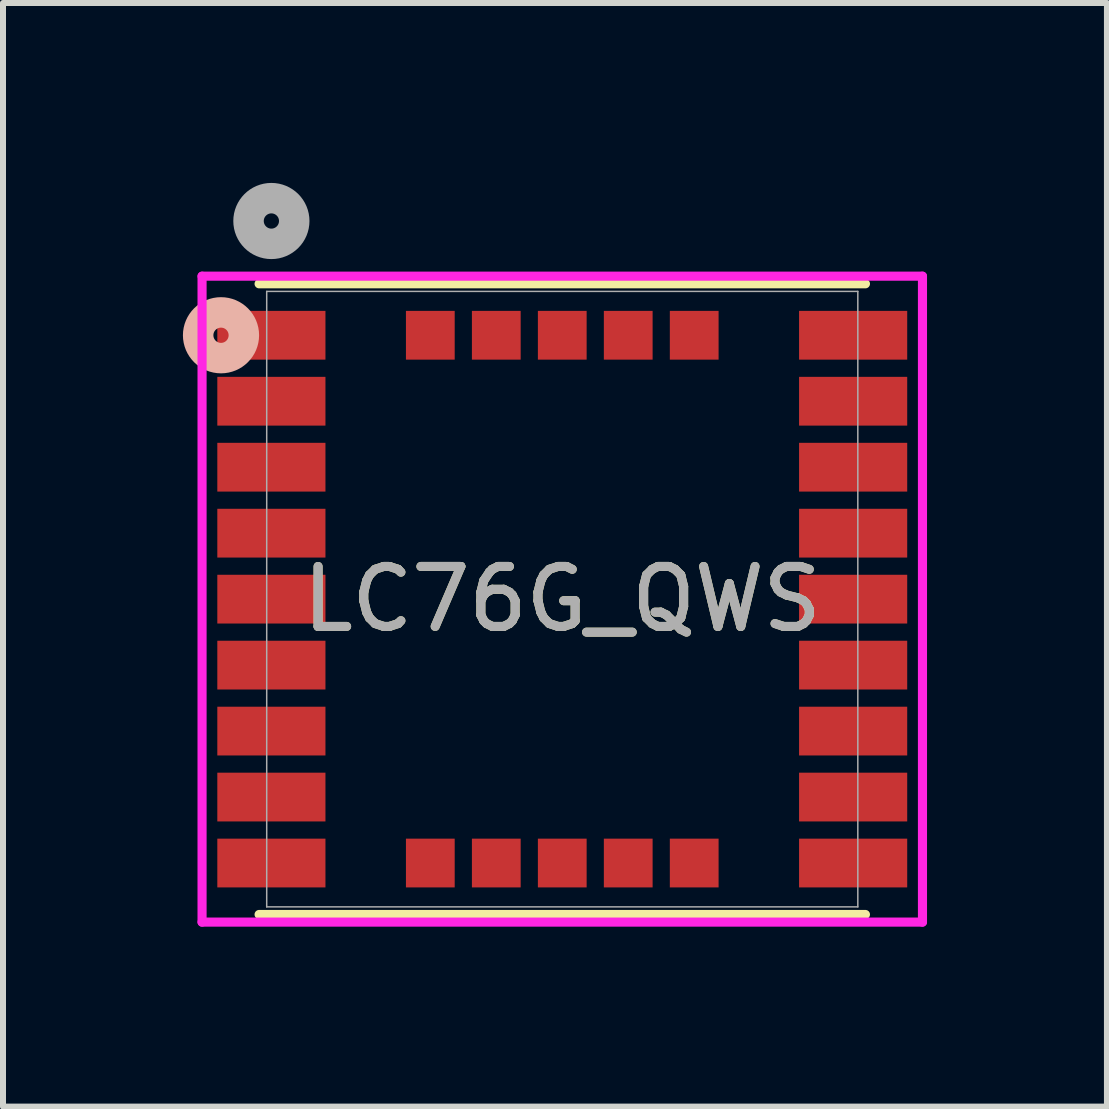
<source format=kicad_pcb>
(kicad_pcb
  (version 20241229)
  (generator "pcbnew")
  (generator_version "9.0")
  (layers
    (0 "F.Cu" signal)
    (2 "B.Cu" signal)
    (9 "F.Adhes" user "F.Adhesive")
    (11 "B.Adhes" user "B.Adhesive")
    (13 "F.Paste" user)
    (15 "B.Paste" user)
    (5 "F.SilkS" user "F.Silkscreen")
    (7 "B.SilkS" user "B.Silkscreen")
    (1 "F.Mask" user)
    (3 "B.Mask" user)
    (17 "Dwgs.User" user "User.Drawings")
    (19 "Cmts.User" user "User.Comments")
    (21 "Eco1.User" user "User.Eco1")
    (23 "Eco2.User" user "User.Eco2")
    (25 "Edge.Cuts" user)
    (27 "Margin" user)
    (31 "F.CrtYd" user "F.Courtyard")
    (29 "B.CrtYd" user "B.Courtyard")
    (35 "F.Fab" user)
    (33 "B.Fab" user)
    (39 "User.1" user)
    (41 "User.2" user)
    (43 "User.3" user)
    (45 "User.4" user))
  (footprint "LC76G_QWS"
    (layer "F.Cu")
    (at 1.475 2.54)
    (property "Reference" "LC76G_QWS" (at 4.85 4.4 0) (unlocked yes) (layer "F.SilkS") (effects (font (size 1 1) (thickness 0.15))))
    (attr smd)
    (fp_line (start -0.205 9.658) (end 9.905 9.658) (stroke (width 0.152) (type solid)) (layer "F.SilkS"))
    (fp_line (start 9.905 -0.858) (end -0.205 -0.858) (stroke (width 0.152) (type solid)) (layer "F.SilkS"))
    (fp_circle (center -0.84 0) (end -0.459 0) (stroke (width 0.508) (type solid)) (fill no) (layer "B.SilkS"))
    (fp_line (start -1.156 -0.985) (end -1.156 9.785) (stroke (width 0.152) (type solid)) (layer "F.CrtYd"))
    (fp_line (start -1.156 9.785) (end 10.856 9.785) (stroke (width 0.152) (type solid)) (layer "F.CrtYd"))
    (fp_line (start 10.856 -0.985) (end -1.156 -0.985) (stroke (width 0.152) (type solid)) (layer "F.CrtYd"))
    (fp_line (start 10.856 9.785) (end 10.856 -0.985) (stroke (width 0.152) (type solid)) (layer "F.CrtYd"))
    (fp_line (start -0.078 -0.731) (end -0.078 9.531) (stroke (width 0.025) (type solid)) (layer "F.Fab"))
    (fp_line (start -0.078 9.531) (end 9.778 9.531) (stroke (width 0.025) (type solid)) (layer "F.Fab"))
    (fp_line (start 9.778 -0.731) (end -0.078 -0.731) (stroke (width 0.025) (type solid)) (layer "F.Fab"))
    (fp_line (start 9.778 9.531) (end 9.778 -0.731) (stroke (width 0.025) (type solid)) (layer "F.Fab"))
    (fp_circle (center 0 -1.905) (end 0.381 -1.905) (stroke (width 0.508) (type solid)) (fill no) (layer "F.Fab"))
    (fp_text user "${REFERENCE}" (at 4.85 4.4 0) (unlocked yes) (layer "F.Fab") (effects (font (size 1 1) (thickness 0.15))))
    (pad "1" smd rect (at 0 0) (size 1.803 0.813) (layers "F.Cu" "F.Mask" "F.Paste"))
    (pad "2" smd rect (at 0 1.1) (size 1.803 0.813) (layers "F.Cu" "F.Mask" "F.Paste"))
    (pad "3" smd rect (at 0 2.2) (size 1.803 0.813) (layers "F.Cu" "F.Mask" "F.Paste"))
    (pad "4" smd rect (at 0 3.3) (size 1.803 0.813) (layers "F.Cu" "F.Mask" "F.Paste"))
    (pad "5" smd rect (at 0 4.4) (size 1.803 0.813) (layers "F.Cu" "F.Mask" "F.Paste"))
    (pad "6" smd rect (at 0 5.5) (size 1.803 0.813) (layers "F.Cu" "F.Mask" "F.Paste"))
    (pad "7" smd rect (at 0 6.6) (size 1.803 0.813) (layers "F.Cu" "F.Mask" "F.Paste"))
    (pad "8" smd rect (at 0 7.7) (size 1.803 0.813) (layers "F.Cu" "F.Mask" "F.Paste"))
    (pad "9" smd rect (at 0 8.8) (size 1.803 0.813) (layers "F.Cu" "F.Mask" "F.Paste"))
    (pad "10" smd rect (at 9.7 8.8) (size 1.803 0.813) (layers "F.Cu" "F.Mask" "F.Paste"))
    (pad "11" smd rect (at 9.7 7.7) (size 1.803 0.813) (layers "F.Cu" "F.Mask" "F.Paste"))
    (pad "12" smd rect (at 9.7 6.6) (size 1.803 0.813) (layers "F.Cu" "F.Mask" "F.Paste"))
    (pad "13" smd rect (at 9.7 5.5) (size 1.803 0.813) (layers "F.Cu" "F.Mask" "F.Paste"))
    (pad "14" smd rect (at 9.7 4.4) (size 1.803 0.813) (layers "F.Cu" "F.Mask" "F.Paste"))
    (pad "15" smd rect (at 9.7 3.3) (size 1.803 0.813) (layers "F.Cu" "F.Mask" "F.Paste"))
    (pad "16" smd rect (at 9.7 2.2) (size 1.803 0.813) (layers "F.Cu" "F.Mask" "F.Paste"))
    (pad "17" smd rect (at 9.7 1.1) (size 1.803 0.813) (layers "F.Cu" "F.Mask" "F.Paste"))
    (pad "18" smd rect (at 9.7 0) (size 1.803 0.813) (layers "F.Cu" "F.Mask" "F.Paste"))
    (pad "19" smd rect (at 7.05 0) (size 0.813 0.813) (layers "F.Cu" "F.Mask" "F.Paste"))
    (pad "20" smd rect (at 5.95 0) (size 0.813 0.813) (layers "F.Cu" "F.Mask" "F.Paste"))
    (pad "21" smd rect (at 4.85 0) (size 0.813 0.813) (layers "F.Cu" "F.Mask" "F.Paste"))
    (pad "22" smd rect (at 3.75 0) (size 0.813 0.813) (layers "F.Cu" "F.Mask" "F.Paste"))
    (pad "23" smd rect (at 2.65 0) (size 0.813 0.813) (layers "F.Cu" "F.Mask" "F.Paste"))
    (pad "24" smd rect (at 2.65 8.8) (size 0.813 0.813) (layers "F.Cu" "F.Mask" "F.Paste"))
    (pad "25" smd rect (at 3.75 8.8) (size 0.813 0.813) (layers "F.Cu" "F.Mask" "F.Paste"))
    (pad "26" smd rect (at 4.85 8.8) (size 0.813 0.813) (layers "F.Cu" "F.Mask" "F.Paste"))
    (pad "27" smd rect (at 5.95 8.8) (size 0.813 0.813) (layers "F.Cu" "F.Mask" "F.Paste"))
    (pad "28" smd rect (at 7.05 8.8) (size 0.813 0.813) (layers "F.Cu" "F.Mask" "F.Paste")))
  (gr_rect
    (start -3 -3)
    (end 15.407 15.401)
    (stroke (width 0.1) (type default))
    (fill no)
    (layer "Edge.Cuts")))
</source>
